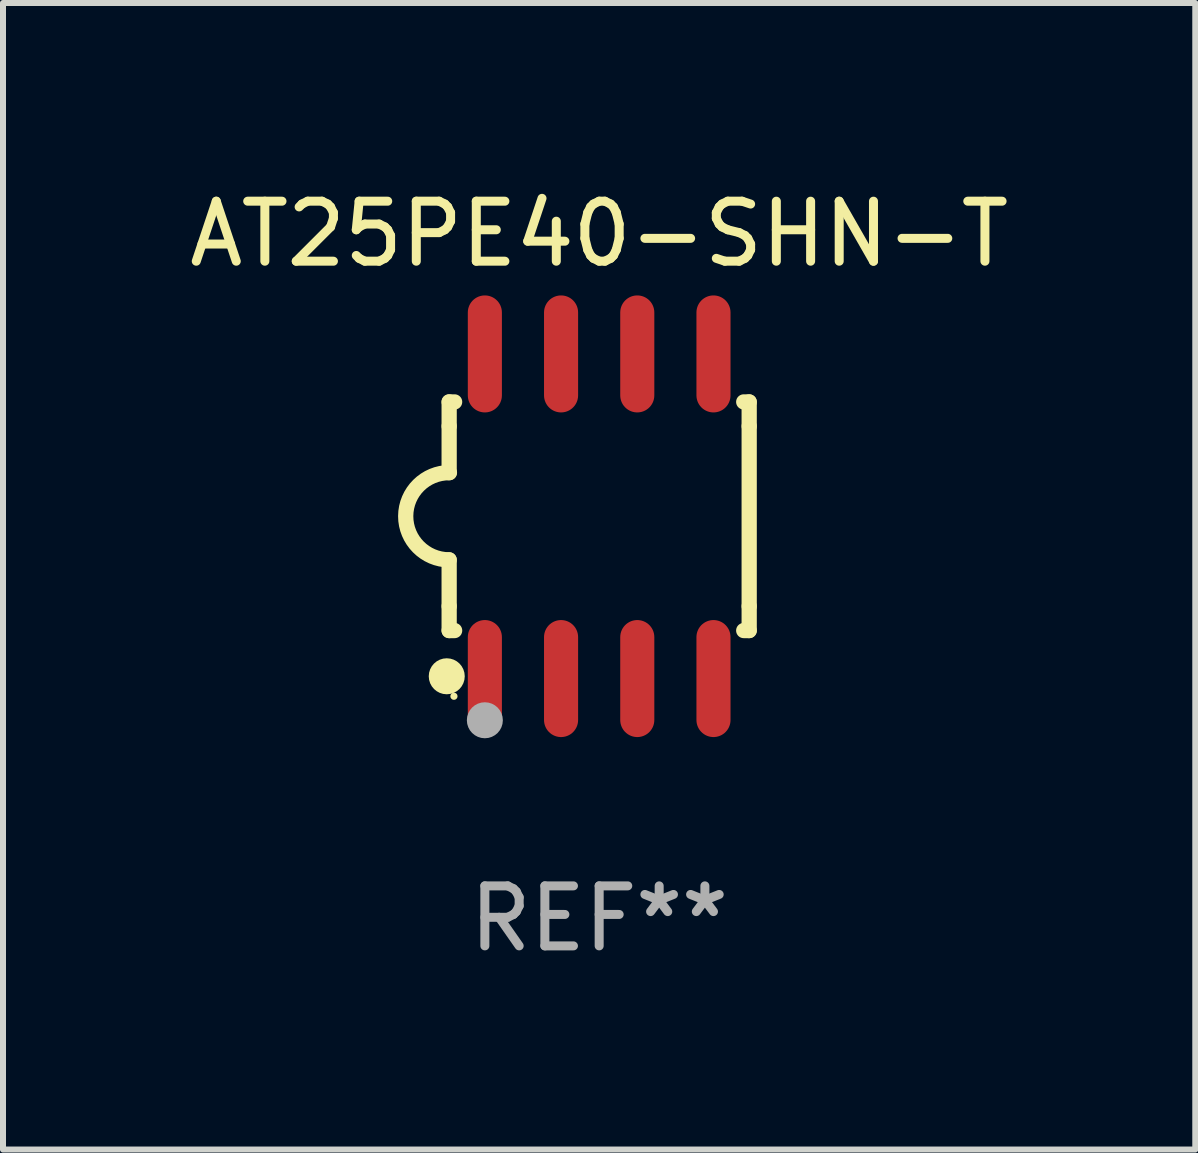
<source format=kicad_pcb>
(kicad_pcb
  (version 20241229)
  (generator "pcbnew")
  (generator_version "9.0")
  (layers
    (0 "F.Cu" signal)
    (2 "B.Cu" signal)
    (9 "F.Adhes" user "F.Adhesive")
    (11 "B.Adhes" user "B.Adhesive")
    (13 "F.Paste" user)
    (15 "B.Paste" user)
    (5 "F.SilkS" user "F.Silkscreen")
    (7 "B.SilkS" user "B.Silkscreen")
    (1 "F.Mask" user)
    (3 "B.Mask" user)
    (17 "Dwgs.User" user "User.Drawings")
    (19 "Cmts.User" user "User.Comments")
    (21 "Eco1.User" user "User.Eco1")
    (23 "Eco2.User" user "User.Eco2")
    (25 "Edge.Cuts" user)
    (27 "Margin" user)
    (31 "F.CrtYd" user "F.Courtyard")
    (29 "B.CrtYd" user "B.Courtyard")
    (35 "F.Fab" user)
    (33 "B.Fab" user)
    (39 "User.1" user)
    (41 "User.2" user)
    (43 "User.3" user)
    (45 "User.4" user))
  (footprint "AT25PE40-SHN-T"
    (layer "F.Cu")
    (at 6.935 5.553)
    (property "Reference" "AT25PE40-SHN-T" (at 0 -4.705 0) (layer "F.SilkS") (effects (font (size 1 1) (thickness 0.15))))
    (attr through_hole)
    (fp_line (start -2.5 -1.905) (end -2.409 -1.905) (stroke (width 0.254) (type solid)) (layer "F.SilkS"))
    (fp_line (start -2.5 -1.5) (end -2.5 -1.905) (stroke (width 0.254) (type solid)) (layer "F.SilkS"))
    (fp_line (start -2.5 -1.5) (end -2.5 -0.726) (stroke (width 0.254) (type solid)) (layer "F.SilkS"))
    (fp_line (start -2.5 1.5) (end -2.5 0.727) (stroke (width 0.254) (type solid)) (layer "F.SilkS"))
    (fp_line (start -2.5 1.5) (end -2.5 1.905) (stroke (width 0.254) (type solid)) (layer "F.SilkS"))
    (fp_line (start -2.5 1.905) (end -2.409 1.905) (stroke (width 0.254) (type solid)) (layer "F.SilkS"))
    (fp_line (start 2.5 -1.905) (end 2.409 -1.905) (stroke (width 0.254) (type solid)) (layer "F.SilkS"))
    (fp_line (start 2.5 -1.5) (end 2.5 -1.905) (stroke (width 0.254) (type solid)) (layer "F.SilkS"))
    (fp_line (start 2.5 -1.5) (end 2.5 1.5) (stroke (width 0.254) (type solid)) (layer "F.SilkS"))
    (fp_line (start 2.5 1.5) (end 2.5 1.905) (stroke (width 0.254) (type solid)) (layer "F.SilkS"))
    (fp_line (start 2.5 1.905) (end 2.409 1.905) (stroke (width 0.254) (type solid)) (layer "F.SilkS"))
    (fp_arc (start -2.5 0.726568) (mid -3.220316 -0.0023) (end -2.495097 -0.726289) (stroke (width 0.254001) (type solid)) (layer "F.SilkS"))
    (fp_circle (center -2.54 2.667) (end -2.39 2.667) (stroke (width 0.3) (type solid)) (fill no) (layer "F.SilkS"))
    (fp_circle (center -2.42 3) (end -2.39 3) (stroke (width 0.06) (type solid)) (fill no) (layer "F.SilkS"))
    (fp_circle (center -1.905 3.4) (end -1.755 3.4) (stroke (width 0.3) (type solid)) (fill no) (layer "F.Fab"))
    (fp_text user "REF**" (at 0 6.705 0) (layer "F.Fab") (effects (font (size 1 1) (thickness 0.15))))
    (pad "1" smd oval (at -1.905 2.705) (size 0.568 1.95) (layers "F.Cu" "F.Mask" "F.Paste"))
    (pad "2" smd oval (at -0.635 2.705) (size 0.568 1.95) (layers "F.Cu" "F.Mask" "F.Paste"))
    (pad "3" smd oval (at 0.635 2.705) (size 0.568 1.95) (layers "F.Cu" "F.Mask" "F.Paste"))
    (pad "4" smd oval (at 1.905 2.705) (size 0.568 1.95) (layers "F.Cu" "F.Mask" "F.Paste"))
    (pad "5" smd oval (at 1.905 -2.705) (size 0.568 1.95) (layers "F.Cu" "F.Mask" "F.Paste"))
    (pad "6" smd oval (at 0.635 -2.705) (size 0.568 1.95) (layers "F.Cu" "F.Mask" "F.Paste"))
    (pad "7" smd oval (at -0.635 -2.705) (size 0.568 1.95) (layers "F.Cu" "F.Mask" "F.Paste"))
    (pad "8" smd oval (at -1.905 -2.705) (size 0.568 1.95) (layers "F.Cu" "F.Mask" "F.Paste")))
  (gr_rect
    (start -3 -3)
    (end 16.869 16.107)
    (stroke (width 0.1) (type default))
    (fill no)
    (layer "Edge.Cuts")))
</source>
